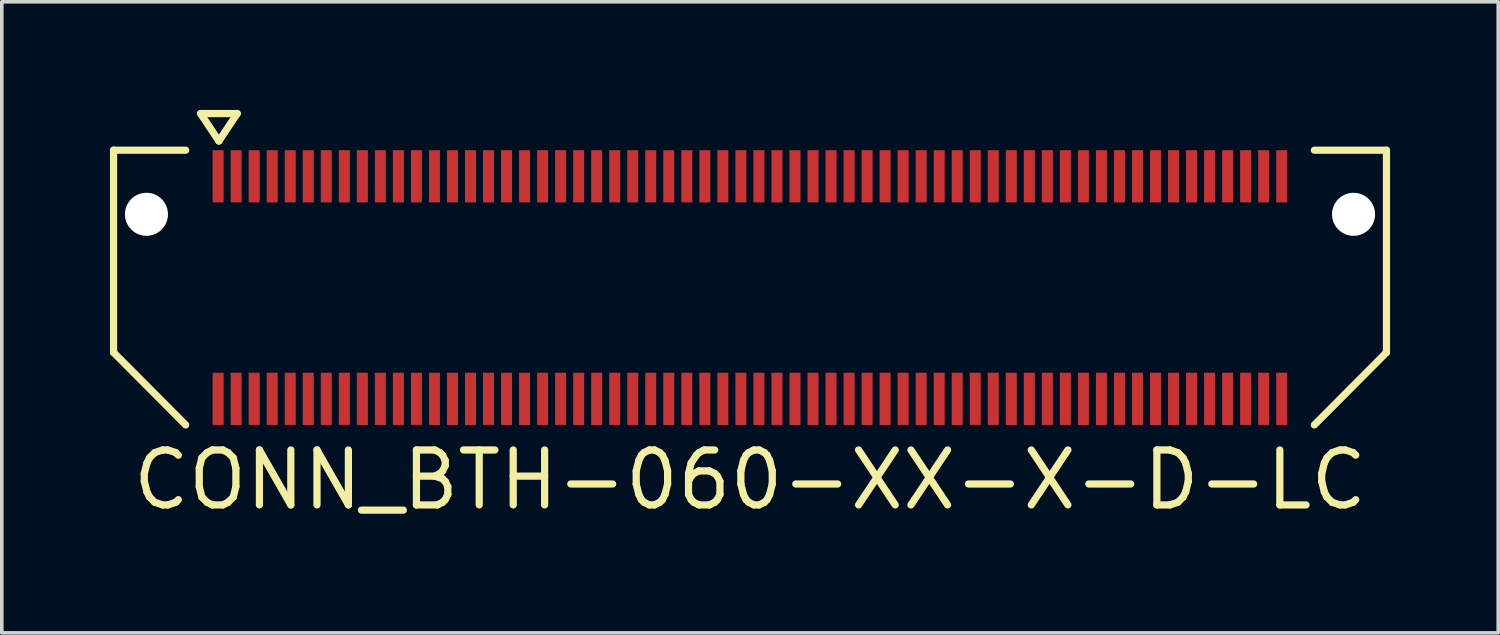
<source format=kicad_pcb>
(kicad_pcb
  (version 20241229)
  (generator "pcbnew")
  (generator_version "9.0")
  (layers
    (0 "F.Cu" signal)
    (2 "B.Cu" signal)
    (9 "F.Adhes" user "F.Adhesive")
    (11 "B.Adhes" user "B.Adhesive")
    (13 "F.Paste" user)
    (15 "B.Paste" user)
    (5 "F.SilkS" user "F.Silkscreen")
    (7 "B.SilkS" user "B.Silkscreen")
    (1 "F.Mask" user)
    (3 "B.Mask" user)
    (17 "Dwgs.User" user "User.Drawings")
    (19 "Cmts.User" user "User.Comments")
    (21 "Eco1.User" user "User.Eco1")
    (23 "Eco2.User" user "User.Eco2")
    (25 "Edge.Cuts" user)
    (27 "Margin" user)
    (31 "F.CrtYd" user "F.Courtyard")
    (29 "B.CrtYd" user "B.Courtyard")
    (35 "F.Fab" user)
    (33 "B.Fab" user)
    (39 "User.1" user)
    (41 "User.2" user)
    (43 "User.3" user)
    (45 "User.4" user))
  (footprint "CONN_BTH-060-XX-X-D-LC"
    (layer "F.Cu")
    (at 17.753 4.926)
    (property "Reference" "CONN_BTH-060-XX-X-D-LC" (at 0 5.334 0) (layer "F.SilkS") (effects (font (size 1.524 1.524) (thickness 0.2))))
    (attr smd)
    (fp_line (start -17.653 -3.81) (end -17.653 1.8) (stroke (width 0.2) (type solid)) (layer "F.SilkS"))
    (fp_line (start -17.653 1.8) (end -15.653 3.81) (stroke (width 0.2) (type solid)) (layer "F.SilkS"))
    (fp_line (start -15.653 -3.81) (end -17.653 -3.81) (stroke (width 0.2) (type solid)) (layer "F.SilkS"))
    (fp_line (start -15.24 -4.826) (end -14.224 -4.826) (stroke (width 0.2) (type solid)) (layer "F.SilkS"))
    (fp_line (start -14.732 -4.064) (end -15.24 -4.826) (stroke (width 0.2) (type solid)) (layer "F.SilkS"))
    (fp_line (start -14.224 -4.826) (end -14.732 -4.064) (stroke (width 0.2) (type solid)) (layer "F.SilkS"))
    (fp_line (start 15.653 -3.81) (end 17.653 -3.81) (stroke (width 0.2) (type solid)) (layer "F.SilkS"))
    (fp_line (start 17.653 -3.81) (end 17.653 1.8) (stroke (width 0.2) (type solid)) (layer "F.SilkS"))
    (fp_line (start 17.653 1.8) (end 15.653 3.81) (stroke (width 0.2) (type solid)) (layer "F.SilkS"))
    (pad "" np_thru_hole circle (at -16.741 -2.032) (size 1.194 1.194) (drill 1.194) (layers "*.Cu" "*.Mask"))
    (pad "" np_thru_hole circle (at 16.74 -2.032) (size 1.194 1.194) (drill 1.194) (layers "*.Cu" "*.Mask"))
    (pad "1" smd rect (at -14.753 -3.086) (size 0.305 1.448) (layers "F.Cu" "F.Mask" "F.Paste"))
    (pad "2" smd rect (at -14.753 3.086) (size 0.305 1.448) (layers "F.Cu" "F.Mask" "F.Paste"))
    (pad "3" smd rect (at -14.253 -3.086) (size 0.305 1.448) (layers "F.Cu" "F.Mask" "F.Paste"))
    (pad "4" smd rect (at -14.253 3.086) (size 0.305 1.448) (layers "F.Cu" "F.Mask" "F.Paste"))
    (pad "5" smd rect (at -13.753 -3.086) (size 0.305 1.448) (layers "F.Cu" "F.Mask" "F.Paste"))
    (pad "6" smd rect (at -13.753 3.086) (size 0.305 1.448) (layers "F.Cu" "F.Mask" "F.Paste"))
    (pad "7" smd rect (at -13.253 -3.086) (size 0.305 1.448) (layers "F.Cu" "F.Mask" "F.Paste"))
    (pad "8" smd rect (at -13.253 3.086) (size 0.305 1.448) (layers "F.Cu" "F.Mask" "F.Paste"))
    (pad "9" smd rect (at -12.753 -3.086) (size 0.305 1.448) (layers "F.Cu" "F.Mask" "F.Paste"))
    (pad "10" smd rect (at -12.753 3.086) (size 0.305 1.448) (layers "F.Cu" "F.Mask" "F.Paste"))
    (pad "11" smd rect (at -12.253 -3.086) (size 0.305 1.448) (layers "F.Cu" "F.Mask" "F.Paste"))
    (pad "12" smd rect (at -12.253 3.086) (size 0.305 1.448) (layers "F.Cu" "F.Mask" "F.Paste"))
    (pad "13" smd rect (at -11.753 -3.086) (size 0.305 1.448) (layers "F.Cu" "F.Mask" "F.Paste"))
    (pad "14" smd rect (at -11.753 3.086) (size 0.305 1.448) (layers "F.Cu" "F.Mask" "F.Paste"))
    (pad "15" smd rect (at -11.253 -3.086) (size 0.305 1.448) (layers "F.Cu" "F.Mask" "F.Paste"))
    (pad "16" smd rect (at -11.253 3.086) (size 0.305 1.448) (layers "F.Cu" "F.Mask" "F.Paste"))
    (pad "17" smd rect (at -10.753 -3.086) (size 0.305 1.448) (layers "F.Cu" "F.Mask" "F.Paste"))
    (pad "18" smd rect (at -10.753 3.086) (size 0.305 1.448) (layers "F.Cu" "F.Mask" "F.Paste"))
    (pad "19" smd rect (at -10.253 -3.086) (size 0.305 1.448) (layers "F.Cu" "F.Mask" "F.Paste"))
    (pad "20" smd rect (at -10.253 3.086) (size 0.305 1.448) (layers "F.Cu" "F.Mask" "F.Paste"))
    (pad "21" smd rect (at -9.753 -3.086) (size 0.305 1.448) (layers "F.Cu" "F.Mask" "F.Paste"))
    (pad "22" smd rect (at -9.753 3.086) (size 0.305 1.448) (layers "F.Cu" "F.Mask" "F.Paste"))
    (pad "23" smd rect (at -9.253 -3.086) (size 0.305 1.448) (layers "F.Cu" "F.Mask" "F.Paste"))
    (pad "24" smd rect (at -9.253 3.086) (size 0.305 1.448) (layers "F.Cu" "F.Mask" "F.Paste"))
    (pad "25" smd rect (at -8.753 -3.086) (size 0.305 1.448) (layers "F.Cu" "F.Mask" "F.Paste"))
    (pad "26" smd rect (at -8.753 3.086) (size 0.305 1.448) (layers "F.Cu" "F.Mask" "F.Paste"))
    (pad "27" smd rect (at -8.253 -3.086) (size 0.305 1.448) (layers "F.Cu" "F.Mask" "F.Paste"))
    (pad "28" smd rect (at -8.253 3.086) (size 0.305 1.448) (layers "F.Cu" "F.Mask" "F.Paste"))
    (pad "29" smd rect (at -7.753 -3.086) (size 0.305 1.448) (layers "F.Cu" "F.Mask" "F.Paste"))
    (pad "30" smd rect (at -7.753 3.086) (size 0.305 1.448) (layers "F.Cu" "F.Mask" "F.Paste"))
    (pad "31" smd rect (at -7.253 -3.086) (size 0.305 1.448) (layers "F.Cu" "F.Mask" "F.Paste"))
    (pad "32" smd rect (at -7.253 3.086) (size 0.305 1.448) (layers "F.Cu" "F.Mask" "F.Paste"))
    (pad "33" smd rect (at -6.753 -3.086) (size 0.305 1.448) (layers "F.Cu" "F.Mask" "F.Paste"))
    (pad "34" smd rect (at -6.753 3.086) (size 0.305 1.448) (layers "F.Cu" "F.Mask" "F.Paste"))
    (pad "35" smd rect (at -6.253 -3.086) (size 0.305 1.448) (layers "F.Cu" "F.Mask" "F.Paste"))
    (pad "36" smd rect (at -6.253 3.086) (size 0.305 1.448) (layers "F.Cu" "F.Mask" "F.Paste"))
    (pad "37" smd rect (at -5.753 -3.086) (size 0.305 1.448) (layers "F.Cu" "F.Mask" "F.Paste"))
    (pad "38" smd rect (at -5.753 3.086) (size 0.305 1.448) (layers "F.Cu" "F.Mask" "F.Paste"))
    (pad "39" smd rect (at -5.253 -3.086) (size 0.305 1.448) (layers "F.Cu" "F.Mask" "F.Paste"))
    (pad "40" smd rect (at -5.253 3.086) (size 0.305 1.448) (layers "F.Cu" "F.Mask" "F.Paste"))
    (pad "41" smd rect (at -4.753 -3.086) (size 0.305 1.448) (layers "F.Cu" "F.Mask" "F.Paste"))
    (pad "42" smd rect (at -4.753 3.086) (size 0.305 1.448) (layers "F.Cu" "F.Mask" "F.Paste"))
    (pad "43" smd rect (at -4.253 -3.086) (size 0.305 1.448) (layers "F.Cu" "F.Mask" "F.Paste"))
    (pad "44" smd rect (at -4.253 3.086) (size 0.305 1.448) (layers "F.Cu" "F.Mask" "F.Paste"))
    (pad "45" smd rect (at -3.753 -3.086) (size 0.305 1.448) (layers "F.Cu" "F.Mask" "F.Paste"))
    (pad "46" smd rect (at -3.753 3.086) (size 0.305 1.448) (layers "F.Cu" "F.Mask" "F.Paste"))
    (pad "47" smd rect (at -3.253 -3.086) (size 0.305 1.448) (layers "F.Cu" "F.Mask" "F.Paste"))
    (pad "48" smd rect (at -3.253 3.086) (size 0.305 1.448) (layers "F.Cu" "F.Mask" "F.Paste"))
    (pad "49" smd rect (at -2.753 -3.086) (size 0.305 1.448) (layers "F.Cu" "F.Mask" "F.Paste"))
    (pad "50" smd rect (at -2.753 3.086) (size 0.305 1.448) (layers "F.Cu" "F.Mask" "F.Paste"))
    (pad "51" smd rect (at -2.253 -3.086) (size 0.305 1.448) (layers "F.Cu" "F.Mask" "F.Paste"))
    (pad "52" smd rect (at -2.253 3.086) (size 0.305 1.448) (layers "F.Cu" "F.Mask" "F.Paste"))
    (pad "53" smd rect (at -1.753 -3.086) (size 0.305 1.448) (layers "F.Cu" "F.Mask" "F.Paste"))
    (pad "54" smd rect (at -1.753 3.086) (size 0.305 1.448) (layers "F.Cu" "F.Mask" "F.Paste"))
    (pad "55" smd rect (at -1.253 -3.086) (size 0.305 1.448) (layers "F.Cu" "F.Mask" "F.Paste"))
    (pad "56" smd rect (at -1.253 3.086) (size 0.305 1.448) (layers "F.Cu" "F.Mask" "F.Paste"))
    (pad "57" smd rect (at -0.753 -3.086) (size 0.305 1.448) (layers "F.Cu" "F.Mask" "F.Paste"))
    (pad "58" smd rect (at -0.753 3.086) (size 0.305 1.448) (layers "F.Cu" "F.Mask" "F.Paste"))
    (pad "59" smd rect (at -0.253 -3.086) (size 0.305 1.448) (layers "F.Cu" "F.Mask" "F.Paste"))
    (pad "60" smd rect (at -0.253 3.086) (size 0.305 1.448) (layers "F.Cu" "F.Mask" "F.Paste"))
    (pad "61" smd rect (at 0.247 -3.086) (size 0.305 1.448) (layers "F.Cu" "F.Mask" "F.Paste"))
    (pad "62" smd rect (at 0.247 3.086) (size 0.305 1.448) (layers "F.Cu" "F.Mask" "F.Paste"))
    (pad "63" smd rect (at 0.747 -3.086) (size 0.305 1.448) (layers "F.Cu" "F.Mask" "F.Paste"))
    (pad "64" smd rect (at 0.747 3.086) (size 0.305 1.448) (layers "F.Cu" "F.Mask" "F.Paste"))
    (pad "65" smd rect (at 1.247 -3.086) (size 0.305 1.448) (layers "F.Cu" "F.Mask" "F.Paste"))
    (pad "66" smd rect (at 1.247 3.086) (size 0.305 1.448) (layers "F.Cu" "F.Mask" "F.Paste"))
    (pad "67" smd rect (at 1.747 -3.086) (size 0.305 1.448) (layers "F.Cu" "F.Mask" "F.Paste"))
    (pad "68" smd rect (at 1.747 3.086) (size 0.305 1.448) (layers "F.Cu" "F.Mask" "F.Paste"))
    (pad "69" smd rect (at 2.247 -3.086) (size 0.305 1.448) (layers "F.Cu" "F.Mask" "F.Paste"))
    (pad "70" smd rect (at 2.247 3.086) (size 0.305 1.448) (layers "F.Cu" "F.Mask" "F.Paste"))
    (pad "71" smd rect (at 2.747 -3.086) (size 0.305 1.448) (layers "F.Cu" "F.Mask" "F.Paste"))
    (pad "72" smd rect (at 2.747 3.086) (size 0.305 1.448) (layers "F.Cu" "F.Mask" "F.Paste"))
    (pad "73" smd rect (at 3.247 -3.086) (size 0.305 1.448) (layers "F.Cu" "F.Mask" "F.Paste"))
    (pad "74" smd rect (at 3.247 3.086) (size 0.305 1.448) (layers "F.Cu" "F.Mask" "F.Paste"))
    (pad "75" smd rect (at 3.747 -3.086) (size 0.305 1.448) (layers "F.Cu" "F.Mask" "F.Paste"))
    (pad "76" smd rect (at 3.747 3.086) (size 0.305 1.448) (layers "F.Cu" "F.Mask" "F.Paste"))
    (pad "77" smd rect (at 4.247 -3.086) (size 0.305 1.448) (layers "F.Cu" "F.Mask" "F.Paste"))
    (pad "78" smd rect (at 4.247 3.086) (size 0.305 1.448) (layers "F.Cu" "F.Mask" "F.Paste"))
    (pad "79" smd rect (at 4.747 -3.086) (size 0.305 1.448) (layers "F.Cu" "F.Mask" "F.Paste"))
    (pad "80" smd rect (at 4.747 3.086) (size 0.305 1.448) (layers "F.Cu" "F.Mask" "F.Paste"))
    (pad "81" smd rect (at 5.247 -3.086) (size 0.305 1.448) (layers "F.Cu" "F.Mask" "F.Paste"))
    (pad "82" smd rect (at 5.247 3.086) (size 0.305 1.448) (layers "F.Cu" "F.Mask" "F.Paste"))
    (pad "83" smd rect (at 5.747 -3.086) (size 0.305 1.448) (layers "F.Cu" "F.Mask" "F.Paste"))
    (pad "84" smd rect (at 5.747 3.086) (size 0.305 1.448) (layers "F.Cu" "F.Mask" "F.Paste"))
    (pad "85" smd rect (at 6.247 -3.086) (size 0.305 1.448) (layers "F.Cu" "F.Mask" "F.Paste"))
    (pad "86" smd rect (at 6.247 3.086) (size 0.305 1.448) (layers "F.Cu" "F.Mask" "F.Paste"))
    (pad "87" smd rect (at 6.747 -3.086) (size 0.305 1.448) (layers "F.Cu" "F.Mask" "F.Paste"))
    (pad "88" smd rect (at 6.747 3.086) (size 0.305 1.448) (layers "F.Cu" "F.Mask" "F.Paste"))
    (pad "89" smd rect (at 7.247 -3.086) (size 0.305 1.448) (layers "F.Cu" "F.Mask" "F.Paste"))
    (pad "90" smd rect (at 7.247 3.086) (size 0.305 1.448) (layers "F.Cu" "F.Mask" "F.Paste"))
    (pad "91" smd rect (at 7.747 -3.086) (size 0.305 1.448) (layers "F.Cu" "F.Mask" "F.Paste"))
    (pad "92" smd rect (at 7.747 3.086) (size 0.305 1.448) (layers "F.Cu" "F.Mask" "F.Paste"))
    (pad "93" smd rect (at 8.247 -3.086) (size 0.305 1.448) (layers "F.Cu" "F.Mask" "F.Paste"))
    (pad "94" smd rect (at 8.247 3.086) (size 0.305 1.448) (layers "F.Cu" "F.Mask" "F.Paste"))
    (pad "95" smd rect (at 8.747 -3.086) (size 0.305 1.448) (layers "F.Cu" "F.Mask" "F.Paste"))
    (pad "96" smd rect (at 8.747 3.086) (size 0.305 1.448) (layers "F.Cu" "F.Mask" "F.Paste"))
    (pad "97" smd rect (at 9.247 -3.086) (size 0.305 1.448) (layers "F.Cu" "F.Mask" "F.Paste"))
    (pad "98" smd rect (at 9.247 3.086) (size 0.305 1.448) (layers "F.Cu" "F.Mask" "F.Paste"))
    (pad "99" smd rect (at 9.747 -3.086) (size 0.305 1.448) (layers "F.Cu" "F.Mask" "F.Paste"))
    (pad "100" smd rect (at 9.747 3.086) (size 0.305 1.448) (layers "F.Cu" "F.Mask" "F.Paste"))
    (pad "101" smd rect (at 10.247 -3.086) (size 0.305 1.448) (layers "F.Cu" "F.Mask" "F.Paste"))
    (pad "102" smd rect (at 10.247 3.086) (size 0.305 1.448) (layers "F.Cu" "F.Mask" "F.Paste"))
    (pad "103" smd rect (at 10.747 -3.086) (size 0.305 1.448) (layers "F.Cu" "F.Mask" "F.Paste"))
    (pad "104" smd rect (at 10.747 3.086) (size 0.305 1.448) (layers "F.Cu" "F.Mask" "F.Paste"))
    (pad "105" smd rect (at 11.247 -3.086) (size 0.305 1.448) (layers "F.Cu" "F.Mask" "F.Paste"))
    (pad "106" smd rect (at 11.247 3.086) (size 0.305 1.448) (layers "F.Cu" "F.Mask" "F.Paste"))
    (pad "107" smd rect (at 11.747 -3.086) (size 0.305 1.448) (layers "F.Cu" "F.Mask" "F.Paste"))
    (pad "108" smd rect (at 11.747 3.086) (size 0.305 1.448) (layers "F.Cu" "F.Mask" "F.Paste"))
    (pad "109" smd rect (at 12.247 -3.086) (size 0.305 1.448) (layers "F.Cu" "F.Mask" "F.Paste"))
    (pad "110" smd rect (at 12.247 3.086) (size 0.305 1.448) (layers "F.Cu" "F.Mask" "F.Paste"))
    (pad "111" smd rect (at 12.747 -3.086) (size 0.305 1.448) (layers "F.Cu" "F.Mask" "F.Paste"))
    (pad "112" smd rect (at 12.747 3.086) (size 0.305 1.448) (layers "F.Cu" "F.Mask" "F.Paste"))
    (pad "113" smd rect (at 13.247 -3.086) (size 0.305 1.448) (layers "F.Cu" "F.Mask" "F.Paste"))
    (pad "114" smd rect (at 13.247 3.086) (size 0.305 1.448) (layers "F.Cu" "F.Mask" "F.Paste"))
    (pad "115" smd rect (at 13.747 -3.086) (size 0.305 1.448) (layers "F.Cu" "F.Mask" "F.Paste"))
    (pad "116" smd rect (at 13.747 3.086) (size 0.305 1.448) (layers "F.Cu" "F.Mask" "F.Paste"))
    (pad "117" smd rect (at 14.247 -3.086) (size 0.305 1.448) (layers "F.Cu" "F.Mask" "F.Paste"))
    (pad "118" smd rect (at 14.247 3.086) (size 0.305 1.448) (layers "F.Cu" "F.Mask" "F.Paste"))
    (pad "119" smd rect (at 14.747 -3.086) (size 0.305 1.448) (layers "F.Cu" "F.Mask" "F.Paste"))
    (pad "120" smd rect (at 14.747 3.086) (size 0.305 1.448) (layers "F.Cu" "F.Mask" "F.Paste")))
  (gr_rect
    (start -3 -3)
    (end 38.506 14.503)
    (stroke (width 0.1) (type default))
    (fill no)
    (layer "Edge.Cuts")))
</source>
